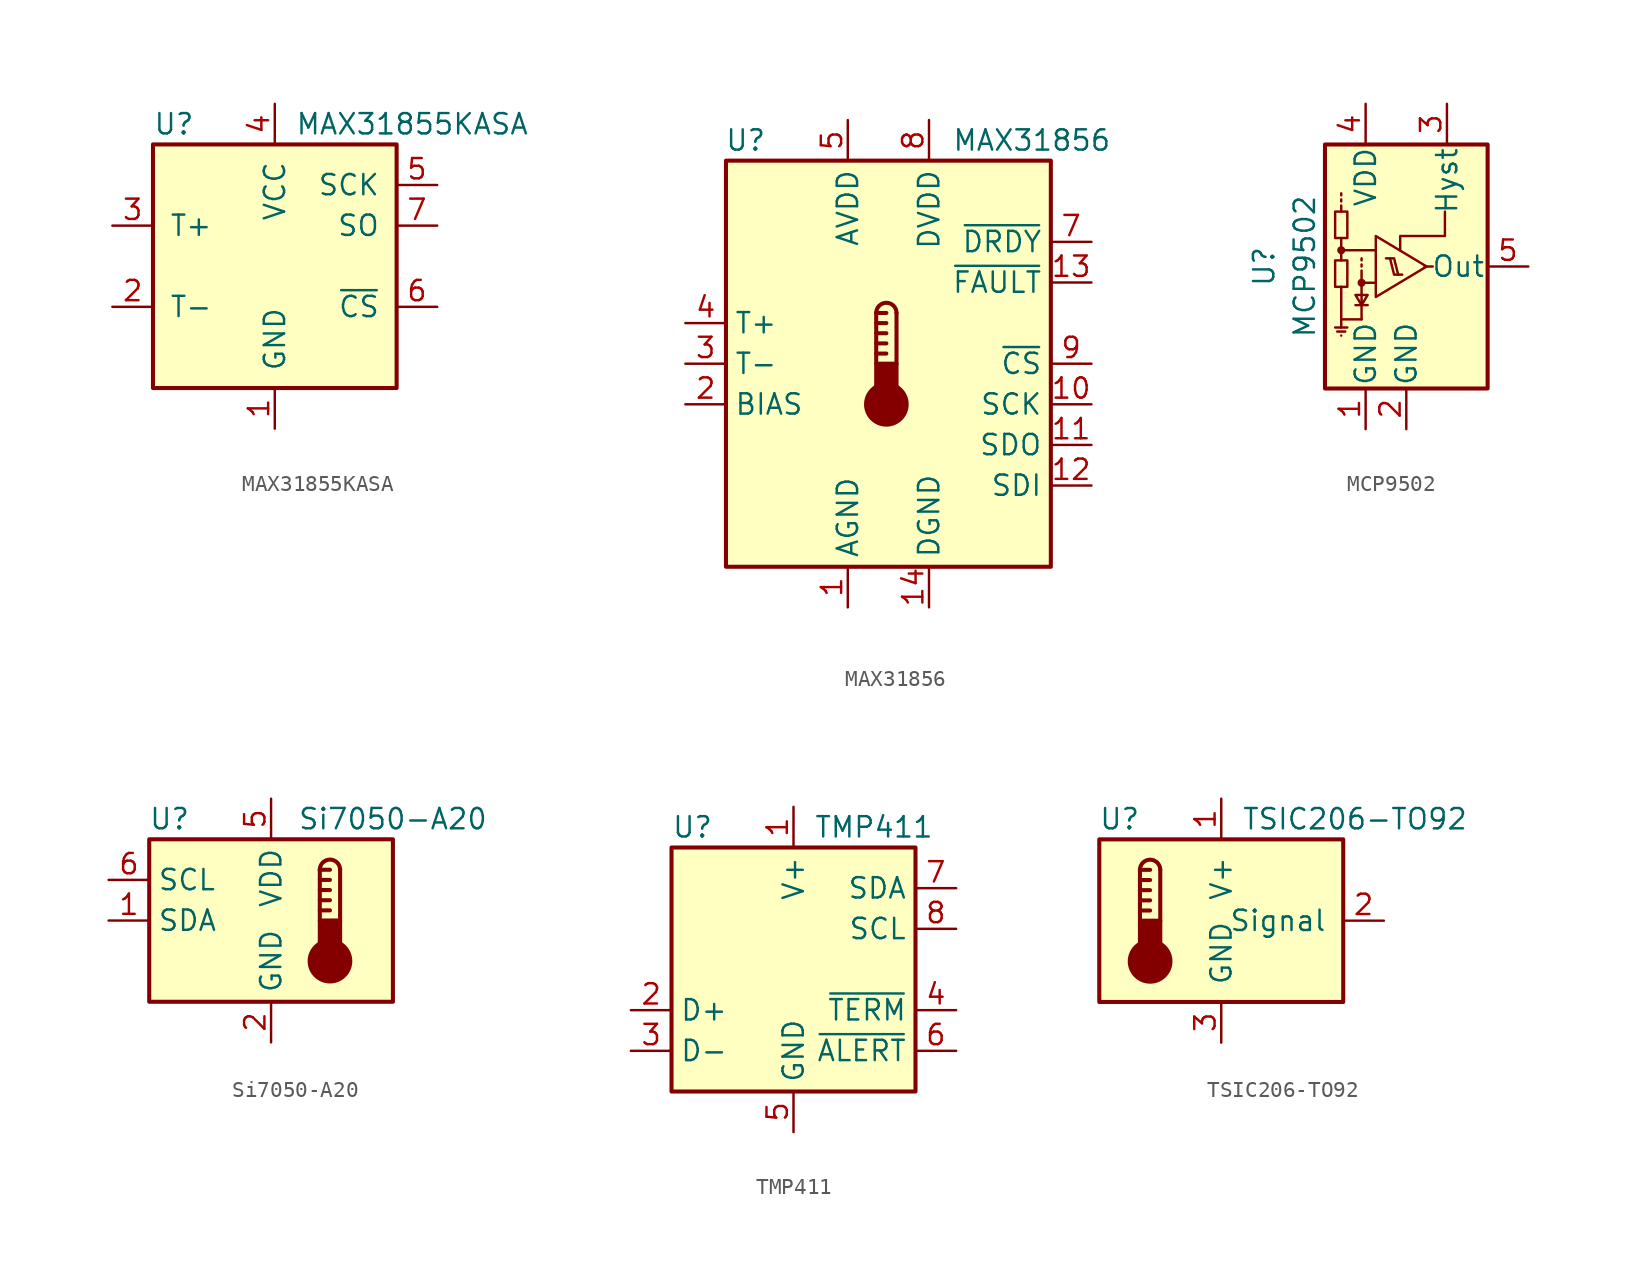
<source format=kicad_sym>
(kicad_symbol_lib
  (version 20201005)
  (generator kicad_symbol_editor)
  (symbol "MAX31855KASA"
    (pin_names
      (offset 1.016))
    (property "Reference" "U"
      (at -7.62 8.89 0)
      (effects (font (size 1.27 1.27)) (justify left)))
    (property "Value" "MAX31855KASA"
      (at 1.27 8.89 0)
      (effects (font (size 1.27 1.27)) (justify left)))
    (symbol "MAX31855KASA_0_1"
      (rectangle (start -7.62 7.62) (end 7.62 -7.62) (stroke (width 0.254)) (fill (type background))))
    (symbol "MAX31855KASA_1_1"
      (pin power_in line (at 0 -10.16 90) (length 2.54) (name "GND" (effects (font (size 1.27 1.27)))) (number "1" (effects (font (size 1.27 1.27)))))
      (pin passive line (at -10.16 -2.54 0) (length 2.54) (name "T-" (effects (font (size 1.27 1.27)))) (number "2" (effects (font (size 1.27 1.27)))))
      (pin passive line (at -10.16 2.54 0) (length 2.54) (name "T+" (effects (font (size 1.27 1.27)))) (number "3" (effects (font (size 1.27 1.27)))))
      (pin power_in line (at 0 10.16 270) (length 2.54) (name "VCC" (effects (font (size 1.27 1.27)))) (number "4" (effects (font (size 1.27 1.27)))))
      (pin input line (at 10.16 5.08 180) (length 2.54) (name "SCK" (effects (font (size 1.27 1.27)))) (number "5" (effects (font (size 1.27 1.27)))))
      (pin input line (at 10.16 -2.54 180) (length 2.54) (name "~CS~" (effects (font (size 1.27 1.27)))) (number "6" (effects (font (size 1.27 1.27)))))
      (pin tri_state line (at 10.16 2.54 180) (length 2.54) (name "SO" (effects (font (size 1.27 1.27)))) (number "7" (effects (font (size 1.27 1.27)))))))
  (symbol "MAX31856"
    (property "Reference" "U"
      (at -7.62 13.97 0)
      (effects (font (size 1.27 1.27)) (justify right)))
    (property "Value" "MAX31856"
      (at 13.97 13.97 0)
      (effects (font (size 1.27 1.27)) (justify right)))
    (symbol "MAX31856_0_1"
      (arc (start 0.508 3.175) (end -0.762 3.175) (radius (at -0.127 3.175) (length 0.635) (angles 0.1 179.9)) (stroke (width 0.254)) (fill (type none)))
      (circle (center -0.127 -2.54) (radius 1.27) (stroke (width 0.254)) (fill (type outline)))
      (rectangle (start -10.16 12.7) (end 10.16 -12.7) (stroke (width 0.254)) (fill (type background)))
      (rectangle (start 0.508 -1.905) (end -0.762 0) (stroke (width 0.254)) (fill (type outline)))
      (polyline (pts (xy -0.762 0.635) (xy -0.127 0.635)) (stroke (width 0.254)) (fill (type none)))
      (polyline (pts (xy -0.762 1.27) (xy -0.127 1.27)) (stroke (width 0.254)) (fill (type none)))
      (polyline (pts (xy -0.762 1.905) (xy -0.127 1.905)) (stroke (width 0.254)) (fill (type none)))
      (polyline (pts (xy -0.762 2.54) (xy -0.127 2.54)) (stroke (width 0.254)) (fill (type none)))
      (polyline (pts (xy -0.762 3.175) (xy -0.762 0)) (stroke (width 0.254)) (fill (type none)))
      (polyline (pts (xy -0.762 3.175) (xy -0.127 3.175)) (stroke (width 0.254)) (fill (type none)))
      (polyline (pts (xy 0.508 3.175) (xy 0.508 0)) (stroke (width 0.254)) (fill (type none))))
    (symbol "MAX31856_1_1"
      (pin power_in line (at -2.54 -15.24 90) (length 2.54) (name "AGND" (effects (font (size 1.27 1.27)))) (number "1" (effects (font (size 1.27 1.27)))))
      (pin input line (at 12.7 -2.54 180) (length 2.54) (name "SCK" (effects (font (size 1.27 1.27)))) (number "10" (effects (font (size 1.27 1.27)))))
      (pin output line (at 12.7 -5.08 180) (length 2.54) (name "SDO" (effects (font (size 1.27 1.27)))) (number "11" (effects (font (size 1.27 1.27)))))
      (pin input line (at 12.7 -7.62 180) (length 2.54) (name "SDI" (effects (font (size 1.27 1.27)))) (number "12" (effects (font (size 1.27 1.27)))))
      (pin output line (at 12.7 5.08 180) (length 2.54) (name "~FAULT" (effects (font (size 1.27 1.27)))) (number "13" (effects (font (size 1.27 1.27)))))
      (pin power_in line (at 2.54 -15.24 90) (length 2.54) (name "DGND" (effects (font (size 1.27 1.27)))) (number "14" (effects (font (size 1.27 1.27)))))
      (pin input line (at -12.7 -2.54 0) (length 2.54) (name "BIAS" (effects (font (size 1.27 1.27)))) (number "2" (effects (font (size 1.27 1.27)))))
      (pin input line (at -12.7 0 0) (length 2.54) (name "T-" (effects (font (size 1.27 1.27)))) (number "3" (effects (font (size 1.27 1.27)))))
      (pin input line (at -12.7 2.54 0) (length 2.54) (name "T+" (effects (font (size 1.27 1.27)))) (number "4" (effects (font (size 1.27 1.27)))))
      (pin power_in line (at -2.54 15.24 270) (length 2.54) (name "AVDD" (effects (font (size 1.27 1.27)))) (number "5" (effects (font (size 1.27 1.27)))))
      (pin no_connect line (at -10.16 -7.62 0) (length 2.54) hide (name "DNC" (effects (font (size 1.27 1.27)))) (number "6" (effects (font (size 1.27 1.27)))))
      (pin output line (at 12.7 7.62 180) (length 2.54) (name "~DRDY" (effects (font (size 1.27 1.27)))) (number "7" (effects (font (size 1.27 1.27)))))
      (pin power_in line (at 2.54 15.24 270) (length 2.54) (name "DVDD" (effects (font (size 1.27 1.27)))) (number "8" (effects (font (size 1.27 1.27)))))
      (pin input line (at 12.7 0 180) (length 2.54) (name "~CS" (effects (font (size 1.27 1.27)))) (number "9" (effects (font (size 1.27 1.27)))))))
  (symbol "MCP9502"
    (pin_names
      (offset 0.127))
    (property "Reference" "U"
      (at -6.35 0 90)
      (effects (font (size 1.27 1.27))))
    (property "Value" "MCP9502"
      (at -3.81 0 90)
      (effects (font (size 1.27 1.27))))
    (symbol "MCP9502_0_1"
      (circle (center -1.524 1.016) (radius 0.178) (stroke (width 0)) (fill (type outline)))
      (circle (center -0.254 -1.016) (radius 0.178) (stroke (width 0)) (fill (type outline)))
      (rectangle (start -2.54 7.62) (end 7.62 -7.62) (stroke (width 0.254)) (fill (type background)))
      (rectangle (start -1.905 0.381) (end -1.143 -1.27) (stroke (width 0)) (fill (type none)))
      (rectangle (start -1.905 3.429) (end -1.143 1.778) (stroke (width 0)) (fill (type none)))
      (polyline (pts (xy -1.905 -3.81) (xy -1.143 -3.81)) (stroke (width 0)) (fill (type none)))
      (polyline (pts (xy -1.778 -4.064) (xy -1.27 -4.064)) (stroke (width 0)) (fill (type none)))
      (polyline (pts (xy -1.524 -4.318) (xy -1.524 -4.318)) (stroke (width 0)) (fill (type none)))
      (polyline (pts (xy -1.524 -3.302) (xy -1.524 -3.81)) (stroke (width 0)) (fill (type none)))
      (polyline (pts (xy -1.524 1.016) (xy -1.524 0.381)) (stroke (width 0)) (fill (type none)))
      (polyline (pts (xy -1.524 3.429) (xy -1.524 3.81)) (stroke (width 0)) (fill (type none)))
      (polyline (pts (xy -1.524 4.064) (xy -1.524 4.191)) (stroke (width 0)) (fill (type none)))
      (polyline (pts (xy -1.524 4.445) (xy -1.524 4.572)) (stroke (width 0)) (fill (type none)))
      (polyline (pts (xy -0.635 -2.413) (xy 0.127 -2.413)) (stroke (width 0)) (fill (type none)))
      (polyline (pts (xy -0.254 0) (xy -0.254 0.127)) (stroke (width 0)) (fill (type none)))
      (polyline (pts (xy -0.254 0.381) (xy -0.254 0.508)) (stroke (width 0)) (fill (type none)))
      (polyline (pts (xy 3.683 0) (xy 4.191 0)) (stroke (width 0)) (fill (type none)))
      (polyline (pts (xy -1.524 -1.27) (xy -1.524 -3.302) (xy -0.254 -3.302)) (stroke (width 0)) (fill (type none)))
      (polyline (pts (xy -0.254 -1.016) (xy -0.254 -0.381) (xy -0.254 -0.254)) (stroke (width 0)) (fill (type none)))
      (polyline (pts (xy 0.635 -1.016) (xy -0.254 -1.016) (xy -0.254 -3.302)) (stroke (width 0)) (fill (type none)))
      (polyline (pts (xy 0.635 1.016) (xy -1.524 1.016) (xy -1.524 1.778)) (stroke (width 0)) (fill (type none)))
      (polyline (pts (xy 1.524 0.508) (xy 1.778 -0.508) (xy 2.032 -0.508)) (stroke (width 0)) (fill (type none)))
      (polyline (pts (xy 0.127 -1.778) (xy -0.635 -1.778) (xy -0.254 -2.413) (xy 0.127 -1.778)) (stroke (width 0)) (fill (type none)))
      (polyline (pts (xy 1.27 0.508) (xy 1.778 0.508) (xy 2.032 -0.508) (xy 2.286 -0.508)) (stroke (width 0)) (fill (type none)))
      (polyline (pts (xy 3.81 0) (xy 0.635 1.905) (xy 0.635 -1.905) (xy 3.81 0)) (stroke (width 0)) (fill (type none)))
      (polyline (pts (xy 4.953 3.429) (xy 4.953 1.905) (xy 2.159 1.905) (xy 2.159 1.016)) (stroke (width 0)) (fill (type none))))
    (symbol "MCP9502_1_1"
      (pin power_in line (at 0 -10.16 90) (length 2.54) (name "GND" (effects (font (size 1.27 1.27)))) (number "1" (effects (font (size 1.27 1.27)))))
      (pin power_in line (at 2.54 -10.16 90) (length 2.54) (name "GND" (effects (font (size 1.27 1.27)))) (number "2" (effects (font (size 1.27 1.27)))))
      (pin input line (at 5.08 10.16 270) (length 2.54) (name "Hyst" (effects (font (size 1.27 1.27)))) (number "3" (effects (font (size 1.27 1.27)))))
      (pin power_in line (at 0 10.16 270) (length 2.54) (name "VDD" (effects (font (size 1.27 1.27)))) (number "4" (effects (font (size 1.27 1.27)))))
      (pin output line (at 10.16 0 180) (length 2.54) (name "Out" (effects (font (size 1.27 1.27)))) (number "5" (effects (font (size 1.27 1.27)))))))
  (symbol "Si7050-A20"
    (property "Reference" "U"
      (at -6.35 6.35 0)
      (effects (font (size 1.27 1.27))))
    (property "Value" "Si7050-A20"
      (at 7.62 6.35 0)
      (effects (font (size 1.27 1.27))))
    (symbol "Si7050-A20_0_1"
      (rectangle (start -7.62 5.08) (end 7.62 -5.08) (stroke (width 0.254)) (fill (type background))))
    (symbol "Si7050-A20_1_1"
      (arc (start 4.318 3.175) (end 3.048 3.175) (radius (at 3.683 3.175) (length 0.635) (angles 0.1 179.9)) (stroke (width 0.254)) (fill (type none)))
      (circle (center 3.683 -2.54) (radius 1.27) (stroke (width 0.254)) (fill (type outline)))
      (rectangle (start 4.318 -1.905) (end 3.048 0) (stroke (width 0.254)) (fill (type outline)))
      (polyline (pts (xy 3.048 0.635) (xy 3.683 0.635)) (stroke (width 0.254)) (fill (type none)))
      (polyline (pts (xy 3.048 1.27) (xy 3.683 1.27)) (stroke (width 0.254)) (fill (type none)))
      (polyline (pts (xy 3.048 1.905) (xy 3.683 1.905)) (stroke (width 0.254)) (fill (type none)))
      (polyline (pts (xy 3.048 2.54) (xy 3.683 2.54)) (stroke (width 0.254)) (fill (type none)))
      (polyline (pts (xy 3.048 3.175) (xy 3.048 0)) (stroke (width 0.254)) (fill (type none)))
      (polyline (pts (xy 3.048 3.175) (xy 3.683 3.175)) (stroke (width 0.254)) (fill (type none)))
      (polyline (pts (xy 4.318 3.175) (xy 4.318 0)) (stroke (width 0.254)) (fill (type none)))
      (pin bidirectional line (at -10.16 0 0) (length 2.54) (name "SDA" (effects (font (size 1.27 1.27)))) (number "1" (effects (font (size 1.27 1.27)))))
      (pin power_in line (at 0 -7.62 90) (length 2.54) (name "GND" (effects (font (size 1.27 1.27)))) (number "2" (effects (font (size 1.27 1.27)))))
      (pin no_connect line (at 7.62 2.54 180) (length 2.54) hide (name "NC" (effects (font (size 1.27 1.27)))) (number "3" (effects (font (size 1.27 1.27)))))
      (pin no_connect line (at 7.62 -2.54 180) (length 2.54) hide (name "NC" (effects (font (size 1.27 1.27)))) (number "4" (effects (font (size 1.27 1.27)))))
      (pin power_in line (at 0 7.62 270) (length 2.54) (name "VDD" (effects (font (size 1.27 1.27)))) (number "5" (effects (font (size 1.27 1.27)))))
      (pin input line (at -10.16 2.54 0) (length 2.54) (name "SCL" (effects (font (size 1.27 1.27)))) (number "6" (effects (font (size 1.27 1.27)))))))
  (symbol "TMP411"
    (property "Reference" "U"
      (at -7.62 8.89 0)
      (effects (font (size 1.27 1.27)) (justify left)))
    (property "Value" "TMP411"
      (at 1.27 8.89 0)
      (effects (font (size 1.27 1.27)) (justify left)))
    (symbol "TMP411_0_1"
      (rectangle (start -7.62 7.62) (end 7.62 -7.62) (stroke (width 0.254)) (fill (type background))))
    (symbol "TMP411_1_1"
      (pin power_in line (at 0 10.16 270) (length 2.54) (name "V+" (effects (font (size 1.27 1.27)))) (number "1" (effects (font (size 1.27 1.27)))))
      (pin passive line (at -10.16 -2.54 0) (length 2.54) (name "D+" (effects (font (size 1.27 1.27)))) (number "2" (effects (font (size 1.27 1.27)))))
      (pin passive line (at -10.16 -5.08 0) (length 2.54) (name "D-" (effects (font (size 1.27 1.27)))) (number "3" (effects (font (size 1.27 1.27)))))
      (pin open_collector line (at 10.16 -2.54 180) (length 2.54) (name "~TERM" (effects (font (size 1.27 1.27)))) (number "4" (effects (font (size 1.27 1.27)))))
      (pin power_in line (at 0 -10.16 90) (length 2.54) (name "GND" (effects (font (size 1.27 1.27)))) (number "5" (effects (font (size 1.27 1.27)))))
      (pin open_collector line (at 10.16 -5.08 180) (length 2.54) (name "~ALERT" (effects (font (size 1.27 1.27)))) (number "6" (effects (font (size 1.27 1.27)))))
      (pin bidirectional line (at 10.16 5.08 180) (length 2.54) (name "SDA" (effects (font (size 1.27 1.27)))) (number "7" (effects (font (size 1.27 1.27)))))
      (pin input line (at 10.16 2.54 180) (length 2.54) (name "SCL" (effects (font (size 1.27 1.27)))) (number "8" (effects (font (size 1.27 1.27)))))))
  (symbol "TSIC206-TO92"
    (pin_names
      (offset 1.016))
    (property "Reference" "U"
      (at -6.35 6.35 0)
      (effects (font (size 1.27 1.27))))
    (property "Value" "TSIC206-TO92"
      (at 1.27 6.35 0)
      (effects (font (size 1.27 1.27)) (justify left)))
    (symbol "TSIC206-TO92_0_1"
      (arc (start -3.81 3.175) (end -5.08 3.175) (radius (at -4.445 3.175) (length 0.635) (angles 0.1 179.9)) (stroke (width 0.254)) (fill (type none)))
      (circle (center -4.445 -2.54) (radius 1.27) (stroke (width 0.254)) (fill (type outline)))
      (rectangle (start -7.62 5.08) (end 7.62 -5.08) (stroke (width 0.254)) (fill (type background)))
      (rectangle (start -3.81 -1.905) (end -5.08 0) (stroke (width 0.254)) (fill (type outline)))
      (polyline (pts (xy -5.08 0.635) (xy -4.445 0.635)) (stroke (width 0.254)) (fill (type none)))
      (polyline (pts (xy -5.08 1.27) (xy -4.445 1.27)) (stroke (width 0.254)) (fill (type none)))
      (polyline (pts (xy -5.08 1.905) (xy -4.445 1.905)) (stroke (width 0.254)) (fill (type none)))
      (polyline (pts (xy -5.08 2.54) (xy -4.445 2.54)) (stroke (width 0.254)) (fill (type none)))
      (polyline (pts (xy -5.08 3.175) (xy -5.08 0)) (stroke (width 0.254)) (fill (type none)))
      (polyline (pts (xy -5.08 3.175) (xy -4.445 3.175)) (stroke (width 0.254)) (fill (type none)))
      (polyline (pts (xy -3.81 3.175) (xy -3.81 0)) (stroke (width 0.254)) (fill (type none))))
    (symbol "TSIC206-TO92_1_1"
      (pin power_in line (at 0 7.62 270) (length 2.54) (name "V+" (effects (font (size 1.27 1.27)))) (number "1" (effects (font (size 1.27 1.27)))))
      (pin output line (at 10.16 0 180) (length 2.54) (name "Signal" (effects (font (size 1.27 1.27)))) (number "2" (effects (font (size 1.27 1.27)))))
      (pin power_in line (at 0 -7.62 90) (length 2.54) (name "GND" (effects (font (size 1.27 1.27)))) (number "3" (effects (font (size 1.27 1.27))))))))
</source>
